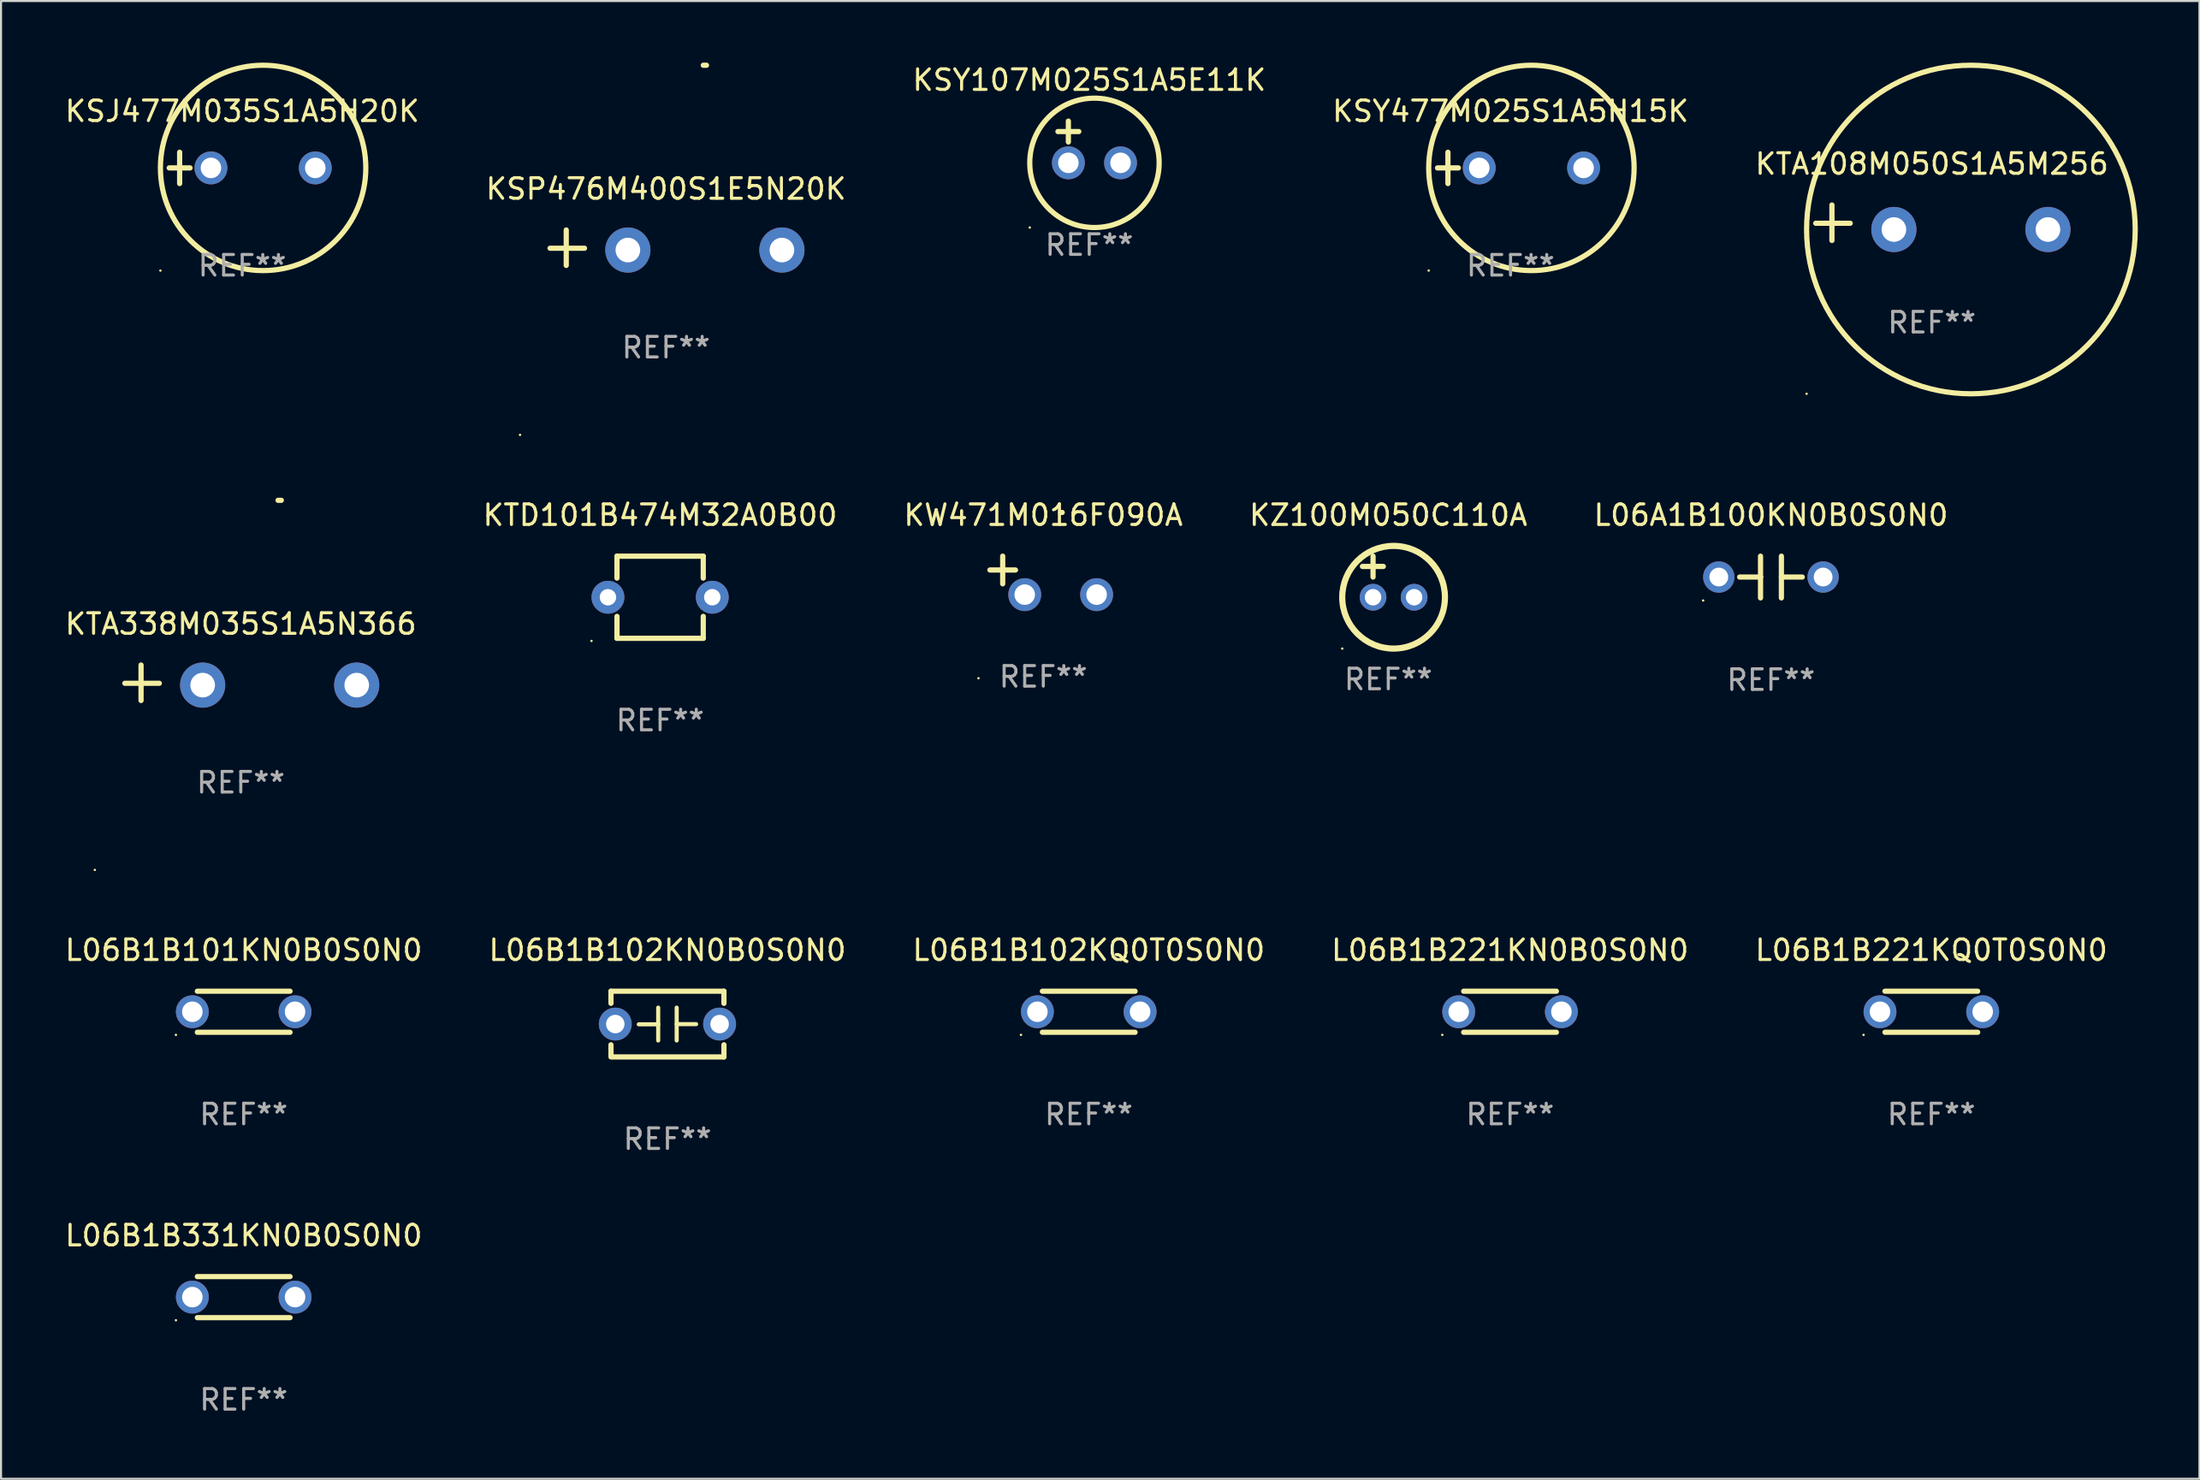
<source format=kicad_pcb>
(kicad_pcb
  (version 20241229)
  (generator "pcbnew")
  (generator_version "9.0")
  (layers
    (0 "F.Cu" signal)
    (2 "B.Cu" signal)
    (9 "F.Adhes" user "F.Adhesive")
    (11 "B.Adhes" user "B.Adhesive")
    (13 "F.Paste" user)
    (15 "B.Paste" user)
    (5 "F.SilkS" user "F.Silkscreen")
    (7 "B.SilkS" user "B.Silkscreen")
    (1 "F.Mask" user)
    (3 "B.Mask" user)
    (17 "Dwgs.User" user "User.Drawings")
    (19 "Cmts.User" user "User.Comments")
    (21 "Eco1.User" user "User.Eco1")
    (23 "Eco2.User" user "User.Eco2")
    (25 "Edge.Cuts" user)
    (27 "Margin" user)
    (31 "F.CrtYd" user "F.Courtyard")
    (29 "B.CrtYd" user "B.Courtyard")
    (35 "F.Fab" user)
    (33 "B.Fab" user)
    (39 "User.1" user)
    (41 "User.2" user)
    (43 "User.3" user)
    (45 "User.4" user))
  (footprint "L06A1B100KN0B0S0N0"
    (layer "F.Cu")
    (at 83.173 25.051)
    (property "Reference" "L06A1B100KN0B0S0N0" (at 0 -3.016 0) (layer "F.SilkS") (effects (font (size 1 1) (thickness 0.15))))
    (attr through_hole)
    (fp_line (start -1.524 0) (end -0.508 0) (stroke (width 0.254) (type solid)) (layer "F.SilkS"))
    (fp_line (start -0.508 0) (end -0.508 -1.016) (stroke (width 0.254) (type solid)) (layer "F.SilkS"))
    (fp_line (start -0.508 0) (end -0.508 1.016) (stroke (width 0.254) (type solid)) (layer "F.SilkS"))
    (fp_line (start 0.508 -1.016) (end 0.508 1.016) (stroke (width 0.254) (type solid)) (layer "F.SilkS"))
    (fp_line (start 1.524 0) (end 0.508 0) (stroke (width 0.254) (type solid)) (layer "F.SilkS"))
    (fp_circle (center -3.302 1.143) (end -3.272 1.143) (stroke (width 0.06) (type solid)) (fill no) (layer "F.SilkS"))
    (fp_text user "REF**" (at 0 5.016 0) (layer "F.Fab") (effects (font (size 1 1) (thickness 0.15))))
    (pad "1" thru_hole circle (at -2.54 0) (size 1.524 1.524) (drill 0.914) (layers "*.Cu" "*.Mask"))
    (pad "2" thru_hole circle (at 2.54 0) (size 1.524 1.524) (drill 0.914) (layers "*.Cu" "*.Mask")))
  (footprint "KTA338M035S1A5N366"
    (layer "F.Cu")
    (at 8.673 30.2)
    (property "Reference" "KTA338M035S1A5N366" (at 0 -2.864 0) (layer "F.SilkS") (effects (font (size 1 1) (thickness 0.15))))
    (attr through_hole)
    (fp_line (start -4.856 0.864) (end -4.856 -0.864) (stroke (width 0.254) (type solid)) (layer "F.SilkS"))
    (fp_line (start -3.967 0.025) (end -5.644 0.025) (stroke (width 0.254) (type solid)) (layer "F.SilkS"))
    (fp_arc (start 1.815024 -8.885649) (mid 1.893764 -8.88599) (end 1.972504 -8.885649) (stroke (width 0.254001) (type solid)) (layer "F.SilkS"))
    (fp_circle (center -7.106 9.114) (end -7.076 9.114) (stroke (width 0.06) (type solid)) (fill no) (layer "F.SilkS"))
    (fp_text user "REF**" (at 0 4.864 0) (layer "F.Fab") (effects (font (size 1 1) (thickness 0.15))))
    (pad "1" thru_hole circle (at -1.856 0.114) (size 2.2 2.2) (drill 1.2) (layers "*.Cu" "*.Mask"))
    (pad "2" thru_hole circle (at 5.644 0.114) (size 2.2 2.2) (drill 1.2) (layers "*.Cu" "*.Mask")))
  (footprint "KW471M016F090A"
    (layer "F.Cu")
    (at 47.744 24.971)
    (property "Reference" "KW471M016F090A" (at 0 -2.937 0) (layer "F.SilkS") (effects (font (size 1 1) (thickness 0.15))))
    (attr through_hole)
    (fp_line (start -1.975 0.41) (end -1.975 -0.937) (stroke (width 0.254) (type solid)) (layer "F.SilkS"))
    (fp_line (start -1.353 -0.263) (end -2.597 -0.263) (stroke (width 0.254) (type solid)) (layer "F.SilkS"))
    (fp_arc (start 0.849809 -3.063957) (mid 0.885369 -3.064114) (end 0.920929 -3.063957) (stroke (width 0.254001) (type solid)) (layer "F.SilkS"))
    (fp_circle (center -3.154 5.008) (end -3.124 5.008) (stroke (width 0.06) (type solid)) (fill no) (layer "F.SilkS"))
    (fp_text user "REF**" (at 0 4.937 0) (layer "F.Fab") (effects (font (size 1 1) (thickness 0.15))))
    (pad "1" thru_hole circle (at -0.903 0.937) (size 1.6 1.6) (drill 1) (layers "*.Cu" "*.Mask"))
    (pad "2" thru_hole circle (at 2.597 0.937) (size 1.6 1.6) (drill 1) (layers "*.Cu" "*.Mask")))
  (footprint "L06B1B221KN0B0S0N0"
    (layer "F.Cu")
    (at 70.47 46.221)
    (property "Reference" "L06B1B221KN0B0S0N0" (at 0 -3 0) (layer "F.SilkS") (effects (font (size 1 1) (thickness 0.15))))
    (attr through_hole)
    (fp_line (start -2.257 -1) (end 2.256 -1) (stroke (width 0.254) (type solid)) (layer "F.SilkS"))
    (fp_line (start -2.257 1) (end 2.256 1) (stroke (width 0.254) (type solid)) (layer "F.SilkS"))
    (fp_circle (center -3.3 1.127) (end -3.27 1.127) (stroke (width 0.06) (type solid)) (fill no) (layer "F.SilkS"))
    (fp_text user "REF**" (at 0 5 0) (layer "F.Fab") (effects (font (size 1 1) (thickness 0.15))))
    (pad "1" thru_hole circle (at -2.5 0) (size 1.6 1.6) (drill 1) (layers "*.Cu" "*.Mask"))
    (pad "2" thru_hole circle (at 2.5 0) (size 1.6 1.6) (drill 1) (layers "*.Cu" "*.Mask")))
  (footprint "KSJ477M035S1A5H20K"
    (layer "F.Cu")
    (at 8.744 5.127)
    (property "Reference" "KSJ477M035S1A5H20K" (at 0 -2.762 0) (layer "F.SilkS") (effects (font (size 1 1) (thickness 0.15))))
    (attr through_hole)
    (fp_line (start -3.556 0) (end -2.54 0) (stroke (width 0.254) (type solid)) (layer "F.SilkS"))
    (fp_line (start -3.048 -0.762) (end -3.048 0.762) (stroke (width 0.254) (type solid)) (layer "F.SilkS"))
    (fp_circle (center -3.984 5) (end -3.954 5) (stroke (width 0.06) (type solid)) (fill no) (layer "F.SilkS"))
    (fp_circle (center 1.016 0) (end 6.016 0) (stroke (width 0.254) (type solid)) (fill no) (layer "F.SilkS"))
    (fp_text user "REF**" (at 0 4.762 0) (layer "F.Fab") (effects (font (size 1 1) (thickness 0.15))))
    (pad "1" thru_hole circle (at -1.524 0) (size 1.6 1.6) (drill 1) (layers "*.Cu" "*.Mask"))
    (pad "2" thru_hole circle (at 3.556 0) (size 1.6 1.6) (drill 1) (layers "*.Cu" "*.Mask")))
  (footprint "KSY477M025S1A5H15K"
    (layer "F.Cu")
    (at 70.494 5.127)
    (property "Reference" "KSY477M025S1A5H15K" (at 0 -2.762 0) (layer "F.SilkS") (effects (font (size 1 1) (thickness 0.15))))
    (attr through_hole)
    (fp_line (start -3.556 0) (end -2.54 0) (stroke (width 0.254) (type solid)) (layer "F.SilkS"))
    (fp_line (start -3.048 -0.762) (end -3.048 0.762) (stroke (width 0.254) (type solid)) (layer "F.SilkS"))
    (fp_circle (center -3.984 5) (end -3.954 5) (stroke (width 0.06) (type solid)) (fill no) (layer "F.SilkS"))
    (fp_circle (center 1.016 0) (end 6.016 0) (stroke (width 0.254) (type solid)) (fill no) (layer "F.SilkS"))
    (fp_text user "REF**" (at 0 4.762 0) (layer "F.Fab") (effects (font (size 1 1) (thickness 0.15))))
    (pad "1" thru_hole circle (at -1.524 0) (size 1.6 1.6) (drill 1) (layers "*.Cu" "*.Mask"))
    (pad "2" thru_hole circle (at 3.556 0) (size 1.6 1.6) (drill 1) (layers "*.Cu" "*.Mask")))
  (footprint "L06B1B221KQ0T0S0N0"
    (layer "F.Cu")
    (at 90.982 46.221)
    (property "Reference" "L06B1B221KQ0T0S0N0" (at 0 -3 0) (layer "F.SilkS") (effects (font (size 1 1) (thickness 0.15))))
    (attr through_hole)
    (fp_line (start -2.257 -1) (end 2.256 -1) (stroke (width 0.254) (type solid)) (layer "F.SilkS"))
    (fp_line (start -2.257 1) (end 2.256 1) (stroke (width 0.254) (type solid)) (layer "F.SilkS"))
    (fp_circle (center -3.3 1.127) (end -3.27 1.127) (stroke (width 0.06) (type solid)) (fill no) (layer "F.SilkS"))
    (fp_text user "REF**" (at 0 5 0) (layer "F.Fab") (effects (font (size 1 1) (thickness 0.15))))
    (pad "1" thru_hole circle (at -2.5 0) (size 1.6 1.6) (drill 1) (layers "*.Cu" "*.Mask"))
    (pad "2" thru_hole circle (at 2.5 0) (size 1.6 1.6) (drill 1) (layers "*.Cu" "*.Mask")))
  (footprint "L06B1B101KN0B0S0N0"
    (layer "F.Cu")
    (at 8.815 46.221)
    (property "Reference" "L06B1B101KN0B0S0N0" (at 0 -3 0) (layer "F.SilkS") (effects (font (size 1 1) (thickness 0.15))))
    (attr through_hole)
    (fp_line (start -2.257 -1) (end 2.256 -1) (stroke (width 0.254) (type solid)) (layer "F.SilkS"))
    (fp_line (start -2.257 1) (end 2.256 1) (stroke (width 0.254) (type solid)) (layer "F.SilkS"))
    (fp_circle (center -3.3 1.127) (end -3.27 1.127) (stroke (width 0.06) (type solid)) (fill no) (layer "F.SilkS"))
    (fp_text user "REF**" (at 0 5 0) (layer "F.Fab") (effects (font (size 1 1) (thickness 0.15))))
    (pad "1" thru_hole circle (at -2.5 0) (size 1.6 1.6) (drill 1) (layers "*.Cu" "*.Mask"))
    (pad "2" thru_hole circle (at 2.5 0) (size 1.6 1.6) (drill 1) (layers "*.Cu" "*.Mask")))
  (footprint "L06B1B102KQ0T0S0N0"
    (layer "F.Cu")
    (at 49.958 46.221)
    (property "Reference" "L06B1B102KQ0T0S0N0" (at 0 -3 0) (layer "F.SilkS") (effects (font (size 1 1) (thickness 0.15))))
    (attr through_hole)
    (fp_line (start -2.257 -1) (end 2.256 -1) (stroke (width 0.254) (type solid)) (layer "F.SilkS"))
    (fp_line (start -2.257 1) (end 2.256 1) (stroke (width 0.254) (type solid)) (layer "F.SilkS"))
    (fp_circle (center -3.3 1.127) (end -3.27 1.127) (stroke (width 0.06) (type solid)) (fill no) (layer "F.SilkS"))
    (fp_text user "REF**" (at 0 5 0) (layer "F.Fab") (effects (font (size 1 1) (thickness 0.15))))
    (pad "1" thru_hole circle (at -2.5 0) (size 1.6 1.6) (drill 1) (layers "*.Cu" "*.Mask"))
    (pad "2" thru_hole circle (at 2.5 0) (size 1.6 1.6) (drill 1) (layers "*.Cu" "*.Mask")))
  (footprint "KSP476M400S1E5N20K"
    (layer "F.Cu")
    (at 29.375 9.013)
    (property "Reference" "KSP476M400S1E5N20K" (at 0 -2.864 0) (layer "F.SilkS") (effects (font (size 1 1) (thickness 0.15))))
    (attr through_hole)
    (fp_line (start -4.856 0.864) (end -4.856 -0.864) (stroke (width 0.254) (type solid)) (layer "F.SilkS"))
    (fp_line (start -3.967 0.025) (end -5.644 0.025) (stroke (width 0.254) (type solid)) (layer "F.SilkS"))
    (fp_arc (start 1.815024 -8.885649) (mid 1.893764 -8.88599) (end 1.972504 -8.885649) (stroke (width 0.254001) (type solid)) (layer "F.SilkS"))
    (fp_circle (center -7.106 9.114) (end -7.076 9.114) (stroke (width 0.06) (type solid)) (fill no) (layer "F.SilkS"))
    (fp_text user "REF**" (at 0 4.864 0) (layer "F.Fab") (effects (font (size 1 1) (thickness 0.15))))
    (pad "1" thru_hole circle (at -1.856 0.114) (size 2.2 2.2) (drill 1.2) (layers "*.Cu" "*.Mask"))
    (pad "2" thru_hole circle (at 5.644 0.114) (size 2.2 2.2) (drill 1.2) (layers "*.Cu" "*.Mask")))
  (footprint "KTD101B474M32A0B00"
    (layer "F.Cu")
    (at 29.089 26.035)
    (property "Reference" "KTD101B474M32A0B00" (at 0 -4 0) (layer "F.SilkS") (effects (font (size 1 1) (thickness 0.15))))
    (attr through_hole)
    (fp_line (start -2.1 -2) (end -2.1 -0.932) (stroke (width 0.254) (type solid)) (layer "F.SilkS"))
    (fp_line (start -2.1 -2) (end 2.1 -2) (stroke (width 0.254) (type solid)) (layer "F.SilkS"))
    (fp_line (start -2.1 0.932) (end -2.1 2) (stroke (width 0.254) (type solid)) (layer "F.SilkS"))
    (fp_line (start -2.1 2) (end 2.1 2) (stroke (width 0.254) (type solid)) (layer "F.SilkS"))
    (fp_line (start 2.1 -2) (end 2.1 -0.932) (stroke (width 0.254) (type solid)) (layer "F.SilkS"))
    (fp_line (start 2.1 0.932) (end 2.1 2) (stroke (width 0.254) (type solid)) (layer "F.SilkS"))
    (fp_circle (center -3.34 2.127) (end -3.31 2.127) (stroke (width 0.06) (type solid)) (fill no) (layer "F.SilkS"))
    (fp_text user "REF**" (at 0 6 0) (layer "F.Fab") (effects (font (size 1 1) (thickness 0.15))))
    (pad "1" thru_hole circle (at -2.54 0) (size 1.6 1.6) (drill 0.8) (layers "*.Cu" "*.Mask"))
    (pad "2" thru_hole circle (at 2.54 0) (size 1.6 1.6) (drill 0.8) (layers "*.Cu" "*.Mask")))
  (footprint "KZ100M050C110A"
    (layer "F.Cu")
    (at 64.542 25.035)
    (property "Reference" "KZ100M050C110A" (at 0 -3 0) (layer "F.SilkS") (effects (font (size 1 1) (thickness 0.15))))
    (attr through_hole)
    (fp_line (start -1.258 -0.5) (end -0.242 -0.5) (stroke (width 0.254) (type solid)) (layer "F.SilkS"))
    (fp_line (start -0.742 -1) (end -0.742 0.016) (stroke (width 0.254) (type solid)) (layer "F.SilkS"))
    (fp_circle (center -2.242 3.5) (end -2.212 3.5) (stroke (width 0.06) (type solid)) (fill no) (layer "F.SilkS"))
    (fp_circle (center 0.258 1) (end 2.758 1) (stroke (width 0.3) (type solid)) (fill no) (layer "F.SilkS"))
    (fp_text user "REF**" (at 0 5 0) (layer "F.Fab") (effects (font (size 1 1) (thickness 0.15))))
    (pad "1" thru_hole circle (at -0.742 1) (size 1.3 1.3) (drill 0.8) (layers "*.Cu" "*.Mask"))
    (pad "2" thru_hole circle (at 1.258 1) (size 1.3 1.3) (drill 0.8) (layers "*.Cu" "*.Mask")))
  (footprint "L06B1B331KN0B0S0N0"
    (layer "F.Cu")
    (at 8.815 60.118)
    (property "Reference" "L06B1B331KN0B0S0N0" (at 0 -3 0) (layer "F.SilkS") (effects (font (size 1 1) (thickness 0.15))))
    (attr through_hole)
    (fp_line (start -2.257 -1) (end 2.256 -1) (stroke (width 0.254) (type solid)) (layer "F.SilkS"))
    (fp_line (start -2.257 1) (end 2.256 1) (stroke (width 0.254) (type solid)) (layer "F.SilkS"))
    (fp_circle (center -3.3 1.127) (end -3.27 1.127) (stroke (width 0.06) (type solid)) (fill no) (layer "F.SilkS"))
    (fp_text user "REF**" (at 0 5 0) (layer "F.Fab") (effects (font (size 1 1) (thickness 0.15))))
    (pad "1" thru_hole circle (at -2.5 0) (size 1.6 1.6) (drill 1) (layers "*.Cu" "*.Mask"))
    (pad "2" thru_hole circle (at 2.5 0) (size 1.6 1.6) (drill 1) (layers "*.Cu" "*.Mask")))
  (footprint "KTA108M050S1A5M256"
    (layer "F.Cu")
    (at 91.006 7.797)
    (property "Reference" "KTA108M050S1A5M256" (at 0 -2.864 0) (layer "F.SilkS") (effects (font (size 1 1) (thickness 0.15))))
    (attr through_hole)
    (fp_line (start -4.864 0.864) (end -4.864 -0.864) (stroke (width 0.254) (type solid)) (layer "F.SilkS"))
    (fp_line (start -3.975 0.025) (end -5.652 0.025) (stroke (width 0.254) (type solid)) (layer "F.SilkS"))
    (fp_circle (center -6.098 8.33) (end -6.068 8.33) (stroke (width 0.06) (type solid)) (fill no) (layer "F.SilkS"))
    (fp_circle (center 1.902 0.33) (end 9.902 0.33) (stroke (width 0.254) (type solid)) (fill no) (layer "F.SilkS"))
    (fp_text user "REF**" (at 0 4.864 0) (layer "F.Fab") (effects (font (size 1 1) (thickness 0.15))))
    (pad "1" thru_hole circle (at -1.848 0.33) (size 2.2 2.2) (drill 1.2) (layers "*.Cu" "*.Mask"))
    (pad "2" thru_hole circle (at 5.652 0.33) (size 2.2 2.2) (drill 1.2) (layers "*.Cu" "*.Mask")))
  (footprint "L06B1B102KN0B0S0N0"
    (layer "F.Cu")
    (at 29.446 46.821)
    (property "Reference" "L06B1B102KN0B0S0N0" (at 0 -3.6 0) (layer "F.SilkS") (effects (font (size 1 1) (thickness 0.15))))
    (attr through_hole)
    (fp_line (start -2.75 -1.6) (end -2.75 -1.009) (stroke (width 0.254) (type solid)) (layer "F.SilkS"))
    (fp_line (start -2.75 -1.6) (end 2.75 -1.6) (stroke (width 0.254) (type solid)) (layer "F.SilkS"))
    (fp_line (start -2.75 1.009) (end -2.75 1.524) (stroke (width 0.254) (type solid)) (layer "F.SilkS"))
    (fp_line (start -2.75 1.6) (end 2.75 1.6) (stroke (width 0.254) (type solid)) (layer "F.SilkS"))
    (fp_line (start -0.45 -0.8) (end -0.45 0.8) (stroke (width 0.2) (type solid)) (layer "F.SilkS"))
    (fp_line (start -0.45 0.013) (end -1.397 0.013) (stroke (width 0.2) (type solid)) (layer "F.SilkS"))
    (fp_line (start 0.45 0.003) (end 1.397 0.003) (stroke (width 0.2) (type solid)) (layer "F.SilkS"))
    (fp_line (start 0.45 0.8) (end 0.45 -0.8) (stroke (width 0.2) (type solid)) (layer "F.SilkS"))
    (fp_line (start 2.75 -1.6) (end 2.75 -1.009) (stroke (width 0.254) (type solid)) (layer "F.SilkS"))
    (fp_line (start 2.75 1.009) (end 2.75 1.6) (stroke (width 0.254) (type solid)) (layer "F.SilkS"))
    (fp_circle (center -2.79 1.6) (end -2.76 1.6) (stroke (width 0.06) (type solid)) (fill no) (layer "F.SilkS"))
    (fp_text user "REF**" (at 0 5.6 0) (layer "F.Fab") (effects (font (size 1 1) (thickness 0.15))))
    (pad "1" thru_hole circle (at -2.54 0) (size 1.6 1.6) (drill 0.9) (layers "*.Cu" "*.Mask"))
    (pad "2" thru_hole circle (at 2.54 0) (size 1.6 1.6) (drill 0.9) (layers "*.Cu" "*.Mask")))
  (footprint "KSY107M025S1A5E11K"
    (layer "F.Cu")
    (at 49.982 3.864)
    (property "Reference" "KSY107M025S1A5E11K" (at 0 -3.016 0) (layer "F.SilkS") (effects (font (size 1 1) (thickness 0.15))))
    (attr through_hole)
    (fp_line (start -1.524 -0.508) (end -0.508 -0.508) (stroke (width 0.254) (type solid)) (layer "F.SilkS"))
    (fp_line (start -1.016 -1.016) (end -1.016 0) (stroke (width 0.254) (type solid)) (layer "F.SilkS"))
    (fp_circle (center -2.896 4.166) (end -2.866 4.166) (stroke (width 0.06) (type solid)) (fill no) (layer "F.SilkS"))
    (fp_circle (center 0.254 1.016) (end 3.404 1.016) (stroke (width 0.254) (type solid)) (fill no) (layer "F.SilkS"))
    (fp_text user "REF**" (at 0 5.016 0) (layer "F.Fab") (effects (font (size 1 1) (thickness 0.15))))
    (pad "1" thru_hole circle (at -1.016 1.016) (size 1.6 1.6) (drill 1) (layers "*.Cu" "*.Mask"))
    (pad "2" thru_hole circle (at 1.524 1.016) (size 1.6 1.6) (drill 1) (layers "*.Cu" "*.Mask")))
  (gr_rect
    (start -3 -3)
    (end 104.035 68.966)
    (stroke (width 0.1) (type default))
    (fill no)
    (layer "Edge.Cuts")))
</source>
